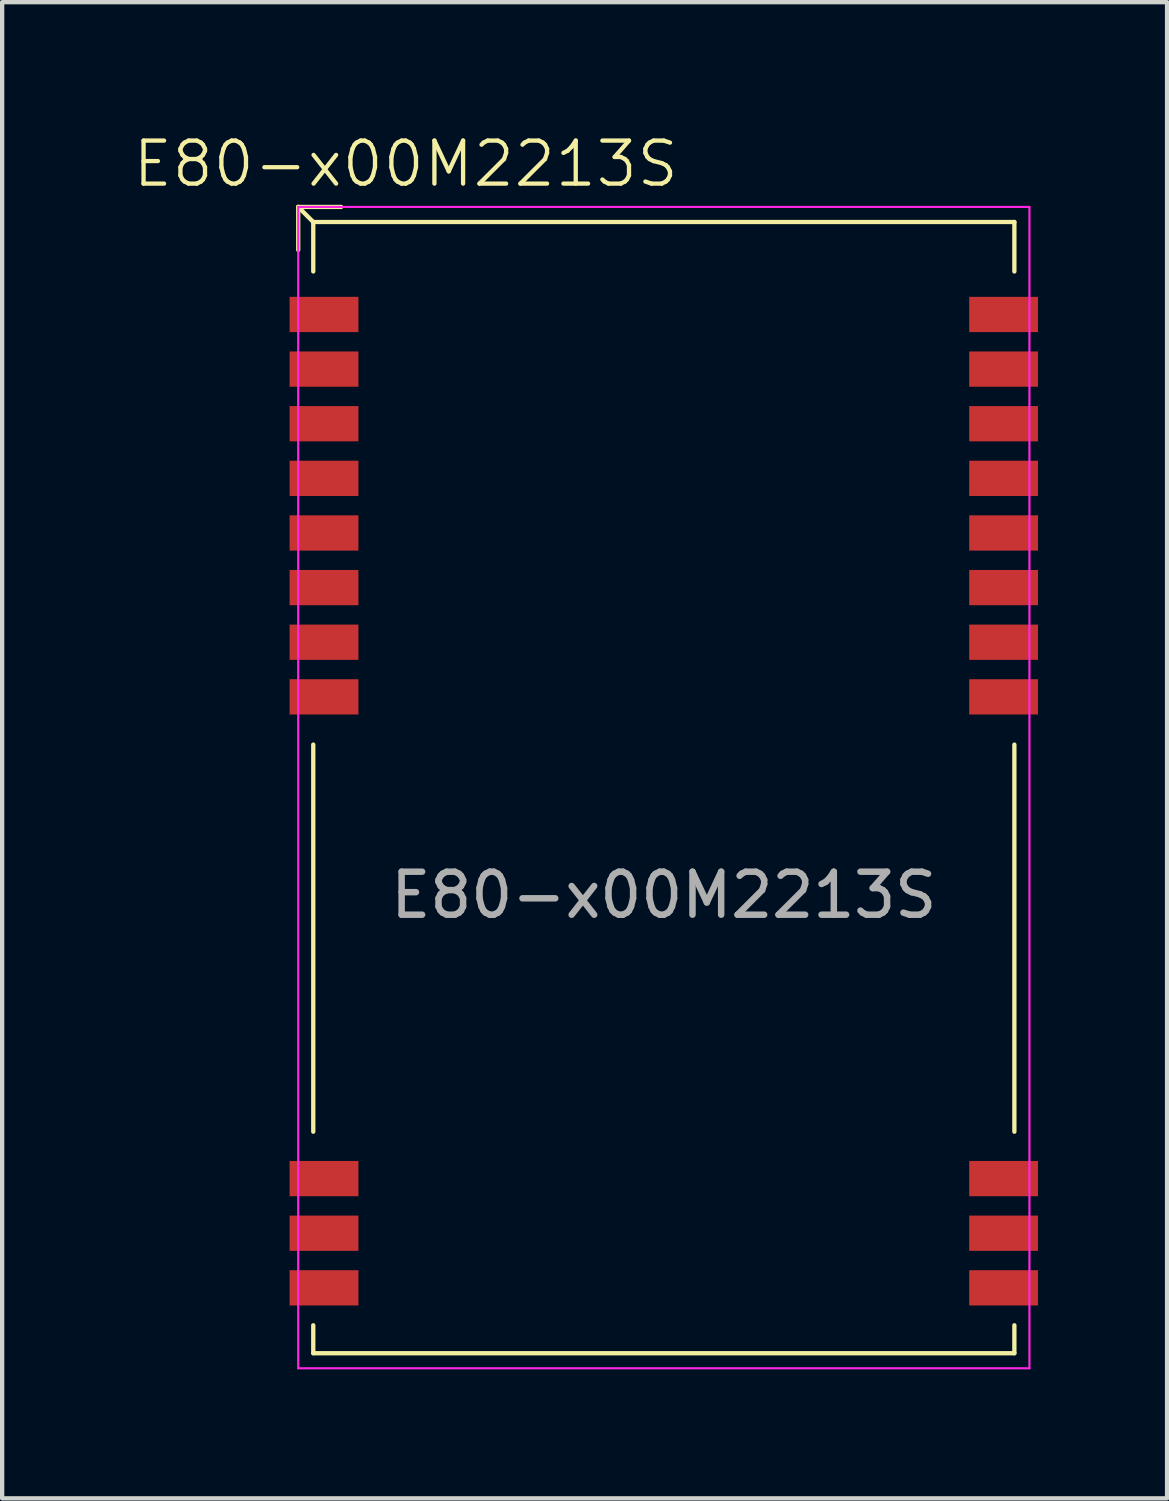
<source format=kicad_pcb>
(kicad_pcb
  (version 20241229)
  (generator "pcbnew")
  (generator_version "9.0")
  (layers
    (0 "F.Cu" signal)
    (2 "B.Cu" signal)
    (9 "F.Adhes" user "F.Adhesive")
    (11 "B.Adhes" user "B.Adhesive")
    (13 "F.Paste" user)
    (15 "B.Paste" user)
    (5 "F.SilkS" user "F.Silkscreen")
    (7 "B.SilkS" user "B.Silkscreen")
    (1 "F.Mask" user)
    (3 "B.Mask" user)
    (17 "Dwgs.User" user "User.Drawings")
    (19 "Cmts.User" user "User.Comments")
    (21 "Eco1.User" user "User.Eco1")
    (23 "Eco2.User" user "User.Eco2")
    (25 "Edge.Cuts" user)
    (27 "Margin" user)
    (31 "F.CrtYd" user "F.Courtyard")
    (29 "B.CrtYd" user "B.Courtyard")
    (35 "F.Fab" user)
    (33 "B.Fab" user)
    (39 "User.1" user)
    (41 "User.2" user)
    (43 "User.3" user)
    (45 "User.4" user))
  (footprint "E80-x00M2213S"
    (layer "F.Cu")
    (at 12.383 15.261)
    (property "Reference" "E80-x00M2213S" (at -6 -14.5 0) (unlocked yes) (layer "F.SilkS") (effects (font (size 1 1) (thickness 0.1))))
    (attr smd)
    (fp_line (start -8.5 -13.5) (end -8.5 -12.5) (stroke (width 0.1) (type default)) (layer "F.SilkS"))
    (fp_line (start -8.5 -13.5) (end -8.15 -13.15) (stroke (width 0.1) (type default)) (layer "F.SilkS"))
    (fp_line (start -8.5 -13.5) (end -7.5 -13.5) (stroke (width 0.1) (type default)) (layer "F.SilkS"))
    (fp_line (start -8.15 -12) (end -8.15 -13.15) (stroke (width 0.1) (type default)) (layer "F.SilkS"))
    (fp_line (start -8.15 8) (end -8.15 -1) (stroke (width 0.1) (type default)) (layer "F.SilkS"))
    (fp_line (start -8.15 13.15) (end -8.15 12.5) (stroke (width 0.1) (type default)) (layer "F.SilkS"))
    (fp_line (start -8.15 13.15) (end 8.15 13.15) (stroke (width 0.1) (type default)) (layer "F.SilkS"))
    (fp_line (start 8.15 -13.15) (end -8.15 -13.15) (stroke (width 0.1) (type default)) (layer "F.SilkS"))
    (fp_line (start 8.15 -13.15) (end 8.15 -12) (stroke (width 0.1) (type default)) (layer "F.SilkS"))
    (fp_line (start 8.15 8) (end 8.15 -1) (stroke (width 0.1) (type default)) (layer "F.SilkS"))
    (fp_line (start 8.15 13.15) (end 8.15 12.5) (stroke (width 0.1) (type default)) (layer "F.SilkS"))
    (fp_line (start -8.5 -13.5) (end 8.5 -13.5) (stroke (width 0.05) (type default)) (layer "F.CrtYd"))
    (fp_line (start -8.5 13.5) (end -8.5 -13.5) (stroke (width 0.05) (type default)) (layer "F.CrtYd"))
    (fp_line (start 8.5 -13.5) (end 8.5 13.5) (stroke (width 0.05) (type default)) (layer "F.CrtYd"))
    (fp_line (start 8.5 13.5) (end -8.5 13.5) (stroke (width 0.05) (type default)) (layer "F.CrtYd"))
    (fp_text user "${REFERENCE}" (at 0 2.5 0) (unlocked yes) (layer "F.Fab") (effects (font (size 1 1) (thickness 0.15))))
    (pad "1" smd rect (at -7.9 -11) (size 1.6 0.82) (layers "F.Cu" "F.Mask" "F.Paste"))
    (pad "2" smd rect (at -7.9 -9.73) (size 1.6 0.82) (layers "F.Cu" "F.Mask" "F.Paste"))
    (pad "3" smd rect (at -7.9 -8.46) (size 1.6 0.82) (layers "F.Cu" "F.Mask" "F.Paste"))
    (pad "4" smd rect (at -7.9 -7.19) (size 1.6 0.82) (layers "F.Cu" "F.Mask" "F.Paste"))
    (pad "5" smd rect (at -7.9 -5.92) (size 1.6 0.82) (layers "F.Cu" "F.Mask" "F.Paste"))
    (pad "6" smd rect (at -7.9 -4.65) (size 1.6 0.82) (layers "F.Cu" "F.Mask" "F.Paste"))
    (pad "7" smd rect (at -7.9 -3.38) (size 1.6 0.82) (layers "F.Cu" "F.Mask" "F.Paste"))
    (pad "8" smd rect (at -7.9 -2.11) (size 1.6 0.82) (layers "F.Cu" "F.Mask" "F.Paste"))
    (pad "11" smd rect (at -7.9 9.09) (size 1.6 0.82) (layers "F.Cu" "F.Mask" "F.Paste"))
    (pad "12" smd rect (at -7.9 10.36) (size 1.6 0.82) (layers "F.Cu" "F.Mask" "F.Paste"))
    (pad "13" smd rect (at -7.9 11.63) (size 1.6 0.82) (layers "F.Cu" "F.Mask" "F.Paste"))
    (pad "14" smd rect (at 7.9 11.63) (size 1.6 0.82) (layers "F.Cu" "F.Mask" "F.Paste"))
    (pad "15" smd rect (at 7.9 10.36) (size 1.6 0.82) (layers "F.Cu" "F.Mask" "F.Paste"))
    (pad "16" smd rect (at 7.9 9.09) (size 1.6 0.82) (layers "F.Cu" "F.Mask" "F.Paste"))
    (pad "19" smd rect (at 7.9 -2.11) (size 1.6 0.82) (layers "F.Cu" "F.Mask" "F.Paste"))
    (pad "20" smd rect (at 7.9 -3.38) (size 1.6 0.82) (layers "F.Cu" "F.Mask" "F.Paste"))
    (pad "21" smd rect (at 7.9 -4.65) (size 1.6 0.82) (layers "F.Cu" "F.Mask" "F.Paste"))
    (pad "22" smd rect (at 7.9 -5.92) (size 1.6 0.82) (layers "F.Cu" "F.Mask" "F.Paste"))
    (pad "23" smd rect (at 7.9 -7.19) (size 1.6 0.82) (layers "F.Cu" "F.Mask" "F.Paste"))
    (pad "24" smd rect (at 7.9 -8.46) (size 1.6 0.82) (layers "F.Cu" "F.Mask" "F.Paste"))
    (pad "25" smd rect (at 7.9 -9.73) (size 1.6 0.82) (layers "F.Cu" "F.Mask" "F.Paste"))
    (pad "26" smd rect (at 7.9 -11) (size 1.6 0.82) (layers "F.Cu" "F.Mask" "F.Paste")))
  (gr_rect
    (start -3 -3)
    (end 24.083 31.785)
    (stroke (width 0.1) (type default))
    (fill no)
    (layer "Edge.Cuts")))
</source>
